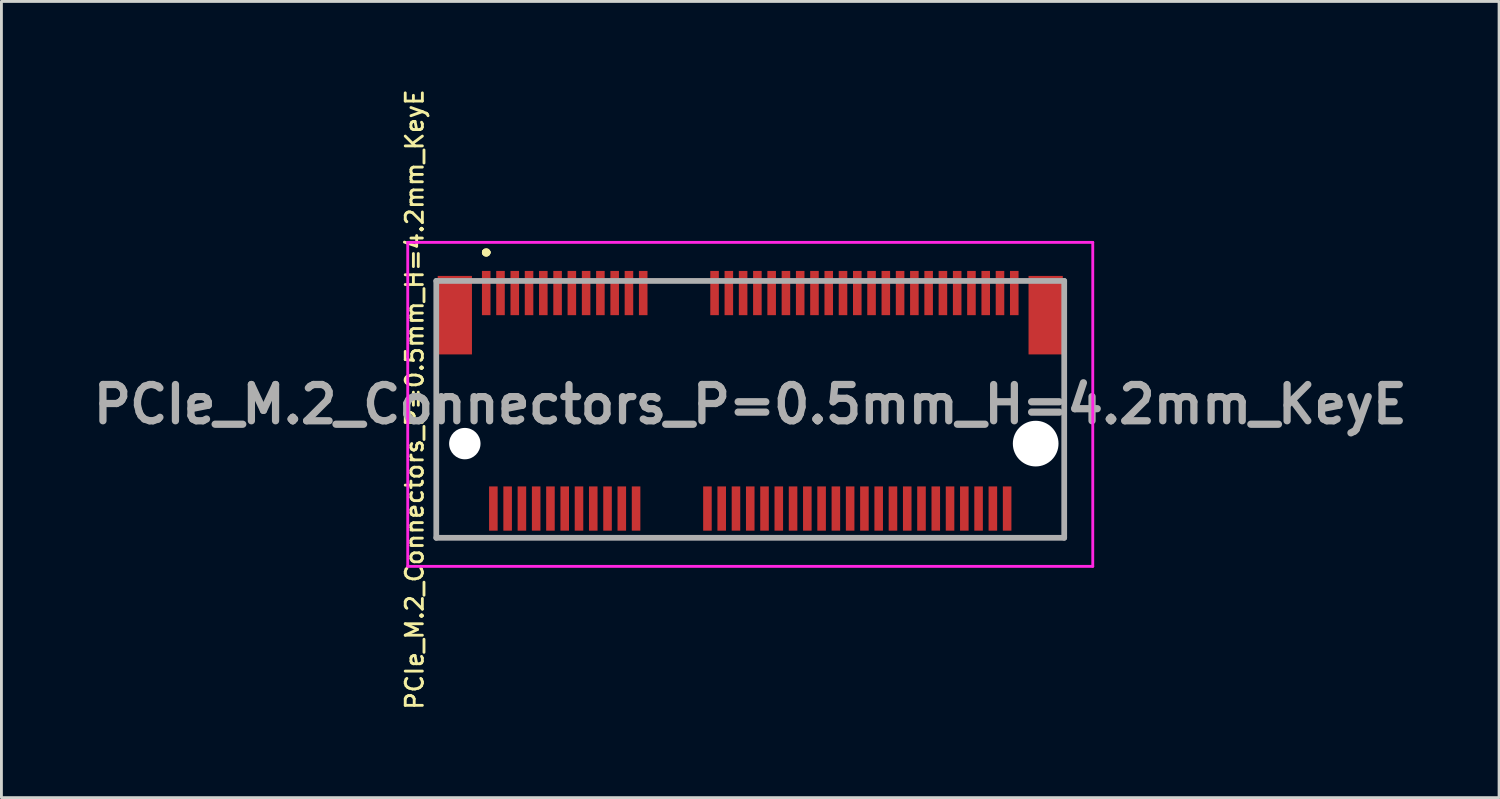
<source format=kicad_pcb>
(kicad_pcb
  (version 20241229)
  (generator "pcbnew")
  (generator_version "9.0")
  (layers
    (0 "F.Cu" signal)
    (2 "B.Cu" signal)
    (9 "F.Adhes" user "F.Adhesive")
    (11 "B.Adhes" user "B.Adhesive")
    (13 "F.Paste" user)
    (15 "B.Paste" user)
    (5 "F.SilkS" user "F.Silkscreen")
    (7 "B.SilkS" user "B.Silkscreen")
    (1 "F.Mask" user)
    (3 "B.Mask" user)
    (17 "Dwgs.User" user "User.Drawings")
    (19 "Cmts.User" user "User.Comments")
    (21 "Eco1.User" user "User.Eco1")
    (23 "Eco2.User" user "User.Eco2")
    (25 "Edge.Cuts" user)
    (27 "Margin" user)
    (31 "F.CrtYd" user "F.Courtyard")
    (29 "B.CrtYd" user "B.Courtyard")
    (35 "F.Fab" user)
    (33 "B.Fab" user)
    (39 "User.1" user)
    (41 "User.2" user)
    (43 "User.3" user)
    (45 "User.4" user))
  (footprint "PCIe_M.2_Connectors_P=0.5mm_H=4.2mm_KeyE"
    (layer "F.Cu")
    (at 13.985 7.217)
    (property "Reference" "PCIe_M.2_Connectors_P=0.5mm_H=4.2mm_KeyE" (at -2.51 3.73 90) (layer "F.SilkS") (effects (font (size 0.6 0.6) (thickness 0.1))))
    (attr through_hole)
    (fp_line (start -1.75 2.825) (end -1.75 2.825) (stroke (width 0.1) (type solid)) (layer "F.SilkS"))
    (fp_line (start -1.75 2.825) (end -1.75 8.575) (stroke (width 0.1) (type solid)) (layer "F.SilkS"))
    (fp_line (start -1.75 8.575) (end -1.75 2.825) (stroke (width 0.1) (type solid)) (layer "F.SilkS"))
    (fp_line (start -1.75 8.575) (end -1.75 8.575) (stroke (width 0.1) (type solid)) (layer "F.SilkS"))
    (fp_line (start -1.75 8.575) (end -1.75 8.575) (stroke (width 0.1) (type solid)) (layer "F.SilkS"))
    (fp_line (start -1.75 8.575) (end -0.5 8.575) (stroke (width 0.1) (type solid)) (layer "F.SilkS"))
    (fp_line (start -0.5 8.575) (end -1.75 8.575) (stroke (width 0.1) (type solid)) (layer "F.SilkS"))
    (fp_line (start -0.5 8.575) (end -0.5 8.575) (stroke (width 0.1) (type solid)) (layer "F.SilkS"))
    (fp_line (start -0.05 -1.425) (end -0.05 -1.425) (stroke (width 0.2) (type solid)) (layer "F.SilkS"))
    (fp_line (start -0.05 -1.425) (end -0.05 -1.425) (stroke (width 0.2) (type solid)) (layer "F.SilkS"))
    (fp_line (start 0.05 -1.425) (end 0.05 -1.425) (stroke (width 0.2) (type solid)) (layer "F.SilkS"))
    (fp_line (start 19 8.575) (end 19 8.575) (stroke (width 0.1) (type solid)) (layer "F.SilkS"))
    (fp_line (start 19 8.575) (end 20.25 8.575) (stroke (width 0.1) (type solid)) (layer "F.SilkS"))
    (fp_line (start 20.25 2.825) (end 20.25 2.825) (stroke (width 0.1) (type solid)) (layer "F.SilkS"))
    (fp_line (start 20.25 2.825) (end 20.25 8.575) (stroke (width 0.1) (type solid)) (layer "F.SilkS"))
    (fp_line (start 20.25 8.575) (end 19 8.575) (stroke (width 0.1) (type solid)) (layer "F.SilkS"))
    (fp_line (start 20.25 8.575) (end 20.25 2.825) (stroke (width 0.1) (type solid)) (layer "F.SilkS"))
    (fp_line (start 20.25 8.575) (end 20.25 8.575) (stroke (width 0.1) (type solid)) (layer "F.SilkS"))
    (fp_line (start 20.25 8.575) (end 20.25 8.575) (stroke (width 0.1) (type solid)) (layer "F.SilkS"))
    (fp_arc (start -0.05 -1.425) (mid 0 -1.475) (end 0.05 -1.425) (stroke (width 0.2) (type solid)) (layer "F.SilkS"))
    (fp_arc (start 0.05 -1.425) (mid 0 -1.375) (end -0.05 -1.425) (stroke (width 0.2) (type solid)) (layer "F.SilkS"))
    (fp_arc (start 0.05 -1.425) (mid 0 -1.375) (end -0.05 -1.425) (stroke (width 0.2) (type solid)) (layer "F.SilkS"))
    (fp_line (start -2.75 -1.775) (end 21.25 -1.775) (stroke (width 0.1) (type solid)) (layer "F.CrtYd"))
    (fp_line (start -2.75 9.575) (end -2.75 -1.775) (stroke (width 0.1) (type solid)) (layer "F.CrtYd"))
    (fp_line (start 21.25 -1.775) (end 21.25 9.575) (stroke (width 0.1) (type solid)) (layer "F.CrtYd"))
    (fp_line (start 21.25 9.575) (end -2.75 9.575) (stroke (width 0.1) (type solid)) (layer "F.CrtYd"))
    (fp_line (start -1.75 -0.425) (end -1.75 8.575) (stroke (width 0.2) (type solid)) (layer "F.Fab"))
    (fp_line (start -1.75 8.575) (end 20.25 8.575) (stroke (width 0.2) (type solid)) (layer "F.Fab"))
    (fp_line (start 20.25 -0.425) (end -1.75 -0.425) (stroke (width 0.2) (type solid)) (layer "F.Fab"))
    (fp_line (start 20.25 8.575) (end 20.25 -0.425) (stroke (width 0.2) (type solid)) (layer "F.Fab"))
    (fp_text user "${REFERENCE}" (at 9.25 3.9 0) (layer "F.Fab") (effects (font (size 1.27 1.27) (thickness 0.254))))
    (pad "" np_thru_hole circle (at -0.75 5.275) (size 1.1 1.1) (drill 1.1) (layers "*.Cu" "*.Mask"))
    (pad "" np_thru_hole circle (at 19.25 5.275) (size 1.6 1.6) (drill 1.6) (layers "*.Cu" "*.Mask"))
    (pad "1" smd rect (at 0 0) (size 0.3 1.55) (layers "F.Cu" "F.Mask" "F.Paste"))
    (pad "2" smd rect (at 0.25 7.55) (size 0.3 1.55) (layers "F.Cu" "F.Mask" "F.Paste"))
    (pad "3" smd rect (at 0.5 0) (size 0.3 1.55) (layers "F.Cu" "F.Mask" "F.Paste"))
    (pad "4" smd rect (at 0.75 7.55) (size 0.3 1.55) (layers "F.Cu" "F.Mask" "F.Paste"))
    (pad "5" smd rect (at 1 0) (size 0.3 1.55) (layers "F.Cu" "F.Mask" "F.Paste"))
    (pad "6" smd rect (at 1.25 7.55) (size 0.3 1.55) (layers "F.Cu" "F.Mask" "F.Paste"))
    (pad "7" smd rect (at 1.5 0) (size 0.3 1.55) (layers "F.Cu" "F.Mask" "F.Paste"))
    (pad "8" smd rect (at 1.75 7.55) (size 0.3 1.55) (layers "F.Cu" "F.Mask" "F.Paste"))
    (pad "9" smd rect (at 2 0) (size 0.3 1.55) (layers "F.Cu" "F.Mask" "F.Paste"))
    (pad "10" smd rect (at 2.25 7.55) (size 0.3 1.55) (layers "F.Cu" "F.Mask" "F.Paste"))
    (pad "11" smd rect (at 2.5 0) (size 0.3 1.55) (layers "F.Cu" "F.Mask" "F.Paste"))
    (pad "12" smd rect (at 2.75 7.55) (size 0.3 1.55) (layers "F.Cu" "F.Mask" "F.Paste"))
    (pad "13" smd rect (at 3 0) (size 0.3 1.55) (layers "F.Cu" "F.Mask" "F.Paste"))
    (pad "14" smd rect (at 3.25 7.55) (size 0.3 1.55) (layers "F.Cu" "F.Mask" "F.Paste"))
    (pad "15" smd rect (at 3.5 0) (size 0.3 1.55) (layers "F.Cu" "F.Mask" "F.Paste"))
    (pad "16" smd rect (at 3.75 7.55) (size 0.3 1.55) (layers "F.Cu" "F.Mask" "F.Paste"))
    (pad "17" smd rect (at 4 0) (size 0.3 1.55) (layers "F.Cu" "F.Mask" "F.Paste"))
    (pad "18" smd rect (at 4.25 7.55) (size 0.3 1.55) (layers "F.Cu" "F.Mask" "F.Paste"))
    (pad "19" smd rect (at 4.5 0) (size 0.3 1.55) (layers "F.Cu" "F.Mask" "F.Paste"))
    (pad "20" smd rect (at 4.75 7.55) (size 0.3 1.55) (layers "F.Cu" "F.Mask" "F.Paste"))
    (pad "21" smd rect (at 5 0) (size 0.3 1.55) (layers "F.Cu" "F.Mask" "F.Paste"))
    (pad "22" smd rect (at 5.25 7.55) (size 0.3 1.55) (layers "F.Cu" "F.Mask" "F.Paste"))
    (pad "23" smd rect (at 5.5 0) (size 0.3 1.55) (layers "F.Cu" "F.Mask" "F.Paste"))
    (pad "32" smd rect (at 7.75 7.55) (size 0.3 1.55) (layers "F.Cu" "F.Mask" "F.Paste"))
    (pad "33" smd rect (at 8 0) (size 0.3 1.55) (layers "F.Cu" "F.Mask" "F.Paste"))
    (pad "34" smd rect (at 8.25 7.55) (size 0.3 1.55) (layers "F.Cu" "F.Mask" "F.Paste"))
    (pad "35" smd rect (at 8.5 0) (size 0.3 1.55) (layers "F.Cu" "F.Mask" "F.Paste"))
    (pad "36" smd rect (at 8.75 7.55) (size 0.3 1.55) (layers "F.Cu" "F.Mask" "F.Paste"))
    (pad "37" smd rect (at 9 0) (size 0.3 1.55) (layers "F.Cu" "F.Mask" "F.Paste"))
    (pad "38" smd rect (at 9.25 7.55) (size 0.3 1.55) (layers "F.Cu" "F.Mask" "F.Paste"))
    (pad "39" smd rect (at 9.5 0) (size 0.3 1.55) (layers "F.Cu" "F.Mask" "F.Paste"))
    (pad "40" smd rect (at 9.75 7.55) (size 0.3 1.55) (layers "F.Cu" "F.Mask" "F.Paste"))
    (pad "41" smd rect (at 10 0) (size 0.3 1.55) (layers "F.Cu" "F.Mask" "F.Paste"))
    (pad "42" smd rect (at 10.25 7.55) (size 0.3 1.55) (layers "F.Cu" "F.Mask" "F.Paste"))
    (pad "43" smd rect (at 10.5 0) (size 0.3 1.55) (layers "F.Cu" "F.Mask" "F.Paste"))
    (pad "44" smd rect (at 10.75 7.55) (size 0.3 1.55) (layers "F.Cu" "F.Mask" "F.Paste"))
    (pad "45" smd rect (at 11 0) (size 0.3 1.55) (layers "F.Cu" "F.Mask" "F.Paste"))
    (pad "46" smd rect (at 11.25 7.55) (size 0.3 1.55) (layers "F.Cu" "F.Mask" "F.Paste"))
    (pad "47" smd rect (at 11.5 0) (size 0.3 1.55) (layers "F.Cu" "F.Mask" "F.Paste"))
    (pad "48" smd rect (at 11.75 7.55) (size 0.3 1.55) (layers "F.Cu" "F.Mask" "F.Paste"))
    (pad "49" smd rect (at 12 0) (size 0.3 1.55) (layers "F.Cu" "F.Mask" "F.Paste"))
    (pad "50" smd rect (at 12.25 7.55) (size 0.3 1.55) (layers "F.Cu" "F.Mask" "F.Paste"))
    (pad "51" smd rect (at 12.5 0) (size 0.3 1.55) (layers "F.Cu" "F.Mask" "F.Paste"))
    (pad "52" smd rect (at 12.75 7.55) (size 0.3 1.55) (layers "F.Cu" "F.Mask" "F.Paste"))
    (pad "53" smd rect (at 13 0) (size 0.3 1.55) (layers "F.Cu" "F.Mask" "F.Paste"))
    (pad "54" smd rect (at 13.25 7.55) (size 0.3 1.55) (layers "F.Cu" "F.Mask" "F.Paste"))
    (pad "55" smd rect (at 13.5 0) (size 0.3 1.55) (layers "F.Cu" "F.Mask" "F.Paste"))
    (pad "56" smd rect (at 13.75 7.55) (size 0.3 1.55) (layers "F.Cu" "F.Mask" "F.Paste"))
    (pad "57" smd rect (at 14 0) (size 0.3 1.55) (layers "F.Cu" "F.Mask" "F.Paste"))
    (pad "58" smd rect (at 14.25 7.55) (size 0.3 1.55) (layers "F.Cu" "F.Mask" "F.Paste"))
    (pad "59" smd rect (at 14.5 0) (size 0.3 1.55) (layers "F.Cu" "F.Mask" "F.Paste"))
    (pad "60" smd rect (at 14.75 7.55) (size 0.3 1.55) (layers "F.Cu" "F.Mask" "F.Paste"))
    (pad "61" smd rect (at 15 0) (size 0.3 1.55) (layers "F.Cu" "F.Mask" "F.Paste"))
    (pad "62" smd rect (at 15.25 7.55) (size 0.3 1.55) (layers "F.Cu" "F.Mask" "F.Paste"))
    (pad "63" smd rect (at 15.5 0) (size 0.3 1.55) (layers "F.Cu" "F.Mask" "F.Paste"))
    (pad "64" smd rect (at 15.75 7.55) (size 0.3 1.55) (layers "F.Cu" "F.Mask" "F.Paste"))
    (pad "65" smd rect (at 16 0) (size 0.3 1.55) (layers "F.Cu" "F.Mask" "F.Paste"))
    (pad "66" smd rect (at 16.25 7.55) (size 0.3 1.55) (layers "F.Cu" "F.Mask" "F.Paste"))
    (pad "67" smd rect (at 16.5 0) (size 0.3 1.55) (layers "F.Cu" "F.Mask" "F.Paste"))
    (pad "68" smd rect (at 16.75 7.55) (size 0.3 1.55) (layers "F.Cu" "F.Mask" "F.Paste"))
    (pad "69" smd rect (at 17 0) (size 0.3 1.55) (layers "F.Cu" "F.Mask" "F.Paste"))
    (pad "70" smd rect (at 17.25 7.55) (size 0.3 1.55) (layers "F.Cu" "F.Mask" "F.Paste"))
    (pad "71" smd rect (at 17.5 0) (size 0.3 1.55) (layers "F.Cu" "F.Mask" "F.Paste"))
    (pad "72" smd rect (at 17.75 7.55) (size 0.3 1.55) (layers "F.Cu" "F.Mask" "F.Paste"))
    (pad "73" smd rect (at 18 0) (size 0.3 1.55) (layers "F.Cu" "F.Mask" "F.Paste"))
    (pad "74" smd rect (at 18.25 7.55) (size 0.3 1.55) (layers "F.Cu" "F.Mask" "F.Paste"))
    (pad "75" smd rect (at 18.5 0) (size 0.3 1.55) (layers "F.Cu" "F.Mask" "F.Paste"))
    (pad "MP1" smd rect (at -1.1 0.775) (size 1.2 2.75) (layers "F.Cu" "F.Mask" "F.Paste"))
    (pad "MP2" smd rect (at 19.6 0.775) (size 1.2 2.75) (layers "F.Cu" "F.Mask" "F.Paste")))
  (gr_rect
    (start -3 -3)
    (end 49.47 24.894)
    (stroke (width 0.1) (type default))
    (fill no)
    (layer "Edge.Cuts")))
</source>
